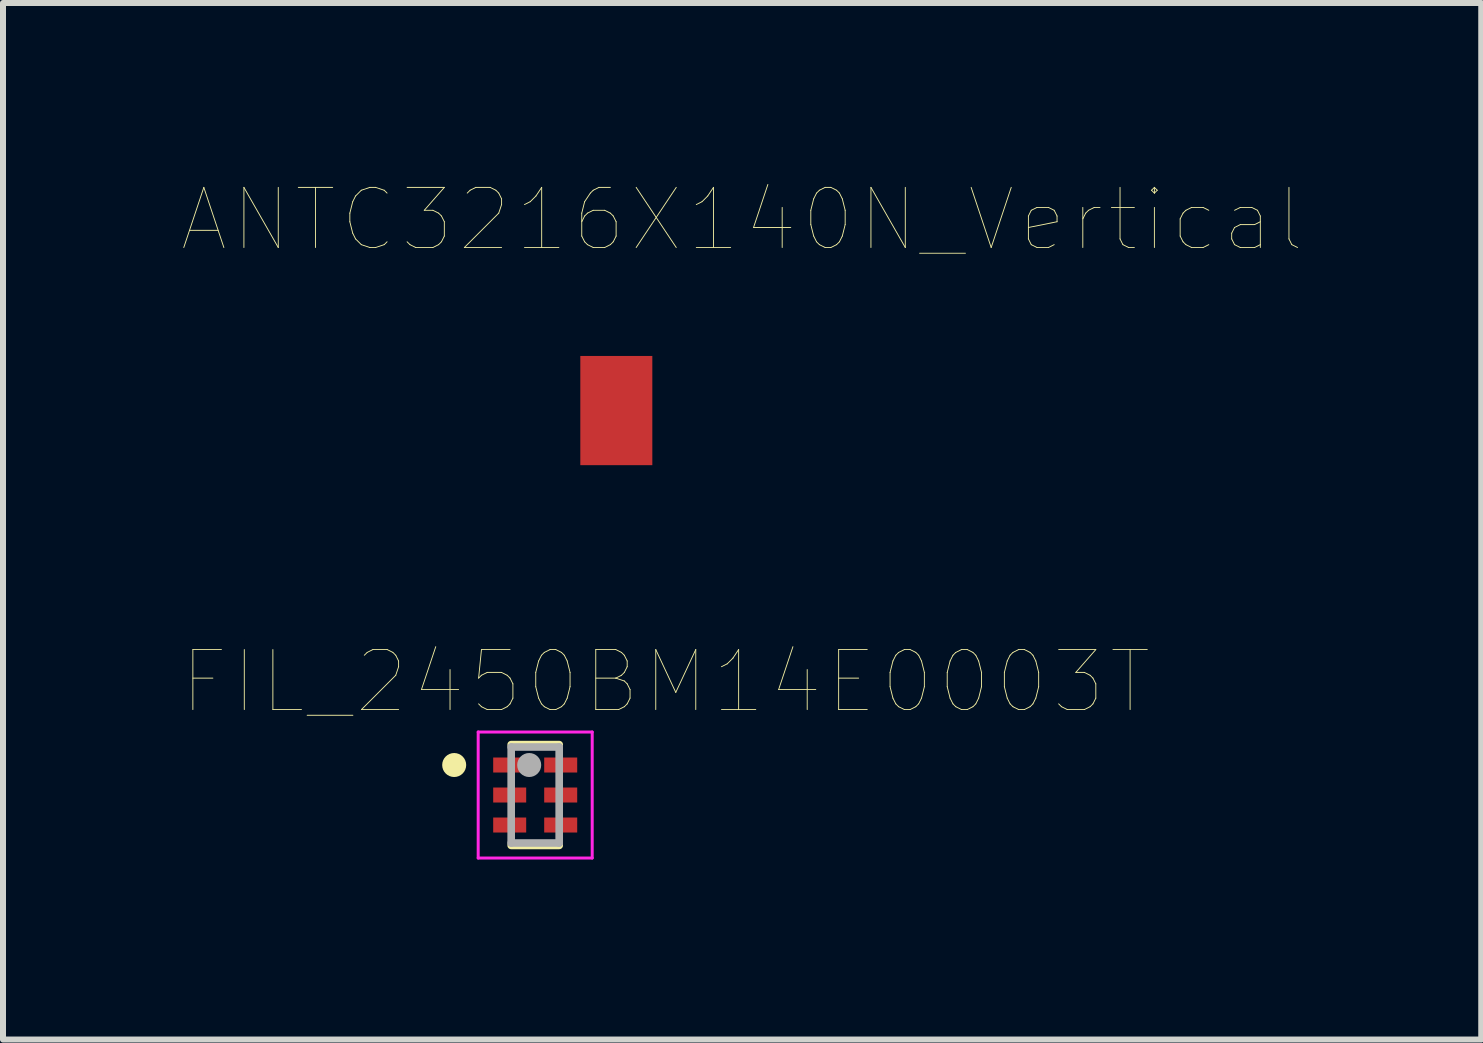
<source format=kicad_pcb>
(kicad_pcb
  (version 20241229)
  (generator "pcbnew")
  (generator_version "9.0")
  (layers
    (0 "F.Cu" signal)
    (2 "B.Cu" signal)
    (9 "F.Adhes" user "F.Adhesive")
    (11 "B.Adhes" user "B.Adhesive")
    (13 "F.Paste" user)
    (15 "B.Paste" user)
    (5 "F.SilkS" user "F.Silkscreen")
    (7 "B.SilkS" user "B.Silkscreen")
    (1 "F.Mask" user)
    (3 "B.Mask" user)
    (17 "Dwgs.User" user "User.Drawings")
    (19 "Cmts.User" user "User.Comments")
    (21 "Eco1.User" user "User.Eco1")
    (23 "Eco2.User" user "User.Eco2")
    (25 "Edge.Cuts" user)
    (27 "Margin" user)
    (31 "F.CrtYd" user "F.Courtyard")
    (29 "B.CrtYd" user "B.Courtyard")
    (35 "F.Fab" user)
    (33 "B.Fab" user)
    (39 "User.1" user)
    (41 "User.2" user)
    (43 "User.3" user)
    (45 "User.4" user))
  (footprint "FIL_2450BM14E0003T"
    (layer "F.Cu")
    (at 5.869 10.199)
    (property "Reference" "FIL_2450BM14E0003T" (at 2.176 -1.886 0) (layer "F.SilkS") (effects (font (size 1 1) (thickness 0.015))))
    (attr through_hole)
    (fp_line (start -0.4 -0.84) (end 0.4 -0.84) (stroke (width 0.127) (type solid)) (layer "F.SilkS"))
    (fp_line (start 0.4 0.84) (end -0.4 0.84) (stroke (width 0.127) (type solid)) (layer "F.SilkS"))
    (fp_circle (center -1.35 -0.5) (end -1.25 -0.5) (stroke (width 0.2) (type solid)) (fill no) (layer "F.SilkS"))
    (fp_line (start -0.95 -1.05) (end 0.95 -1.05) (stroke (width 0.05) (type solid)) (layer "F.CrtYd"))
    (fp_line (start -0.95 1.05) (end -0.95 -1.05) (stroke (width 0.05) (type solid)) (layer "F.CrtYd"))
    (fp_line (start 0.95 -1.05) (end 0.95 1.05) (stroke (width 0.05) (type solid)) (layer "F.CrtYd"))
    (fp_line (start 0.95 1.05) (end -0.95 1.05) (stroke (width 0.05) (type solid)) (layer "F.CrtYd"))
    (fp_line (start -0.4 -0.8) (end 0.4 -0.8) (stroke (width 0.127) (type solid)) (layer "F.Fab"))
    (fp_line (start -0.4 0.8) (end -0.4 -0.8) (stroke (width 0.127) (type solid)) (layer "F.Fab"))
    (fp_line (start 0.4 -0.8) (end 0.4 0.8) (stroke (width 0.127) (type solid)) (layer "F.Fab"))
    (fp_line (start 0.4 0.8) (end -0.4 0.8) (stroke (width 0.127) (type solid)) (layer "F.Fab"))
    (fp_circle (center -0.1 -0.5) (end 0 -0.5) (stroke (width 0.2) (type solid)) (fill no) (layer "F.Fab"))
    (pad "1" smd rect (at -0.425 -0.5) (size 0.55 0.25) (layers "F.Cu" "F.Mask" "F.Paste"))
    (pad "2" smd rect (at -0.425 0) (size 0.55 0.25) (layers "F.Cu" "F.Mask" "F.Paste"))
    (pad "3" smd rect (at -0.425 0.5) (size 0.55 0.25) (layers "F.Cu" "F.Mask" "F.Paste"))
    (pad "4" smd rect (at 0.425 0.5) (size 0.55 0.25) (layers "F.Cu" "F.Mask" "F.Paste"))
    (pad "5" smd rect (at 0.425 0) (size 0.55 0.25) (layers "F.Cu" "F.Mask" "F.Paste"))
    (pad "6" smd rect (at 0.425 -0.5) (size 0.55 0.25) (layers "F.Cu" "F.Mask" "F.Paste")))
  (footprint "ANTC3216X140N_Vertical"
    (layer "F.Cu")
    (at 8.681 3.792)
    (property "Reference" "ANTC3216X140N_Vertical" (at 0.636 -3.18 0) (layer "F.SilkS") (effects (font (size 1.002 1.002) (thickness 0.015))))
    (attr through_hole)
    (pad "1" smd rect (at -1.46 0) (size 1.2 1.82) (layers "F.Cu" "F.Mask" "F.Paste")))
  (gr_rect
    (start -3 -3)
    (end 21.635 14.274)
    (stroke (width 0.1) (type default))
    (fill no)
    (layer "Edge.Cuts")))
</source>
